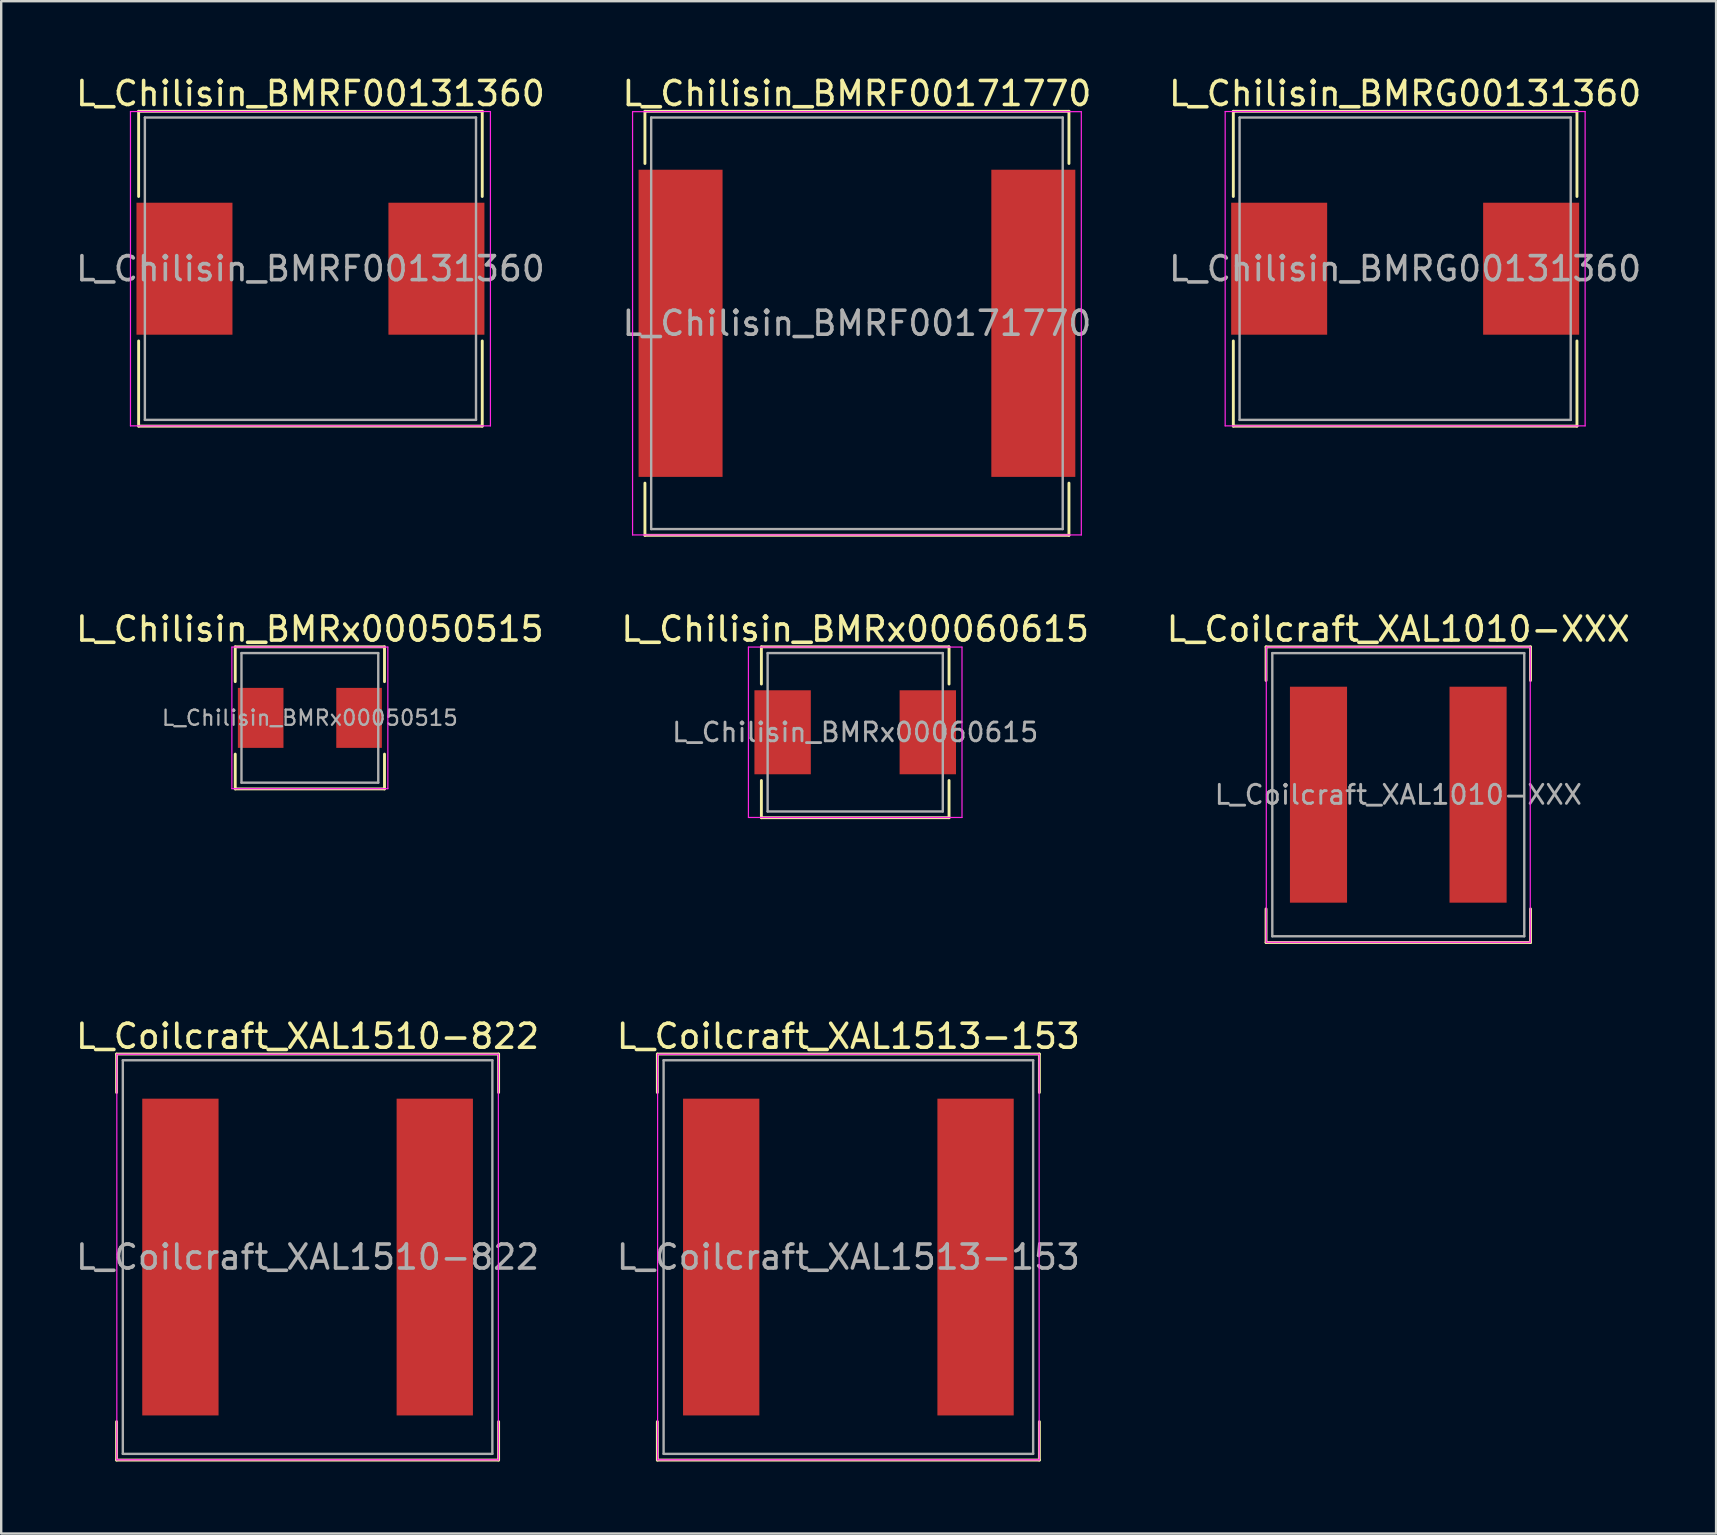
<source format=kicad_pcb>
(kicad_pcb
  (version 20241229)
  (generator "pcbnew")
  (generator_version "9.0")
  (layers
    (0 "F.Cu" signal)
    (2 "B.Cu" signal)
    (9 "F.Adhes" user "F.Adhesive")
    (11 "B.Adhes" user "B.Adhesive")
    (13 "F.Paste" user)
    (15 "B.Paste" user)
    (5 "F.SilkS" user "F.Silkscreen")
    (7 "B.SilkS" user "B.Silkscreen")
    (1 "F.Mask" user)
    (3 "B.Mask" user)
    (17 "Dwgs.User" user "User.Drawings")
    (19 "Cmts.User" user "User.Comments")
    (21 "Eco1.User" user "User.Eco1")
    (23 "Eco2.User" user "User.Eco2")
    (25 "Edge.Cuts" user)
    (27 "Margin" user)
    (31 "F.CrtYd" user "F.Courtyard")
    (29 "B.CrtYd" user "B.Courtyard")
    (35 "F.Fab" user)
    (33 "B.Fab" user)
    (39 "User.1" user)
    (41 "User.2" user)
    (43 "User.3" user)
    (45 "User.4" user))
  (footprint "L_Chilisin_BMRx00050515"
    (layer "F.Cu")
    (at 9.863 26.866)
    (property "Reference" "L_Chilisin_BMRx00050515" (at 0 -3.7 0) (layer "F.SilkS") (effects (font (size 1 1) (thickness 0.15))))
    (attr smd)
    (fp_line (start -3.11 -2.96) (end -3.11 -1.51) (stroke (width 0.12) (type solid)) (layer "F.SilkS"))
    (fp_line (start -3.11 -2.96) (end 3.11 -2.96) (stroke (width 0.12) (type solid)) (layer "F.SilkS"))
    (fp_line (start -3.11 2.96) (end -3.11 1.51) (stroke (width 0.12) (type solid)) (layer "F.SilkS"))
    (fp_line (start -3.11 2.96) (end 3.11 2.96) (stroke (width 0.12) (type solid)) (layer "F.SilkS"))
    (fp_line (start 3.11 -2.96) (end 3.11 -1.51) (stroke (width 0.12) (type solid)) (layer "F.SilkS"))
    (fp_line (start 3.11 2.96) (end 3.11 1.51) (stroke (width 0.12) (type solid)) (layer "F.SilkS"))
    (fp_line (start -3.25 -2.95) (end -3.25 2.95) (stroke (width 0.05) (type solid)) (layer "F.CrtYd"))
    (fp_line (start -3.25 2.95) (end 3.25 2.95) (stroke (width 0.05) (type solid)) (layer "F.CrtYd"))
    (fp_line (start 3.25 -2.95) (end -3.25 -2.95) (stroke (width 0.05) (type solid)) (layer "F.CrtYd"))
    (fp_line (start 3.25 2.95) (end 3.25 -2.95) (stroke (width 0.05) (type solid)) (layer "F.CrtYd"))
    (fp_line (start -2.85 -2.7) (end -2.85 2.7) (stroke (width 0.1) (type solid)) (layer "F.Fab"))
    (fp_line (start -2.85 2.7) (end 2.85 2.7) (stroke (width 0.1) (type solid)) (layer "F.Fab"))
    (fp_line (start 2.85 -2.7) (end -2.85 -2.7) (stroke (width 0.1) (type solid)) (layer "F.Fab"))
    (fp_line (start 2.85 2.7) (end 2.85 -2.7) (stroke (width 0.1) (type solid)) (layer "F.Fab"))
    (fp_text user "${REFERENCE}" (at 0 0 0) (layer "F.Fab") (effects (font (size 0.633 0.633) (thickness 0.095))))
    (pad "1" smd rect (at -2.05 0) (size 1.9 2.5) (layers "F.Cu" "F.Mask" "F.Paste"))
    (pad "2" smd rect (at 2.05 0) (size 1.9 2.5) (layers "F.Cu" "F.Mask" "F.Paste")))
  (footprint "L_Chilisin_BMRF00171770"
    (layer "F.Cu")
    (at 32.661 10.423)
    (property "Reference" "L_Chilisin_BMRF00171770" (at 0 -9.575 0) (layer "F.SilkS") (effects (font (size 1 1) (thickness 0.15))))
    (attr smd)
    (fp_line (start -8.835 -8.835) (end -8.835 -6.66) (stroke (width 0.12) (type solid)) (layer "F.SilkS"))
    (fp_line (start -8.835 -8.835) (end 8.835 -8.835) (stroke (width 0.12) (type solid)) (layer "F.SilkS"))
    (fp_line (start -8.835 8.835) (end -8.835 6.66) (stroke (width 0.12) (type solid)) (layer "F.SilkS"))
    (fp_line (start -8.835 8.835) (end 8.835 8.835) (stroke (width 0.12) (type solid)) (layer "F.SilkS"))
    (fp_line (start 8.835 -8.835) (end 8.835 -6.66) (stroke (width 0.12) (type solid)) (layer "F.SilkS"))
    (fp_line (start 8.835 8.835) (end 8.835 6.66) (stroke (width 0.12) (type solid)) (layer "F.SilkS"))
    (fp_line (start -9.35 -8.82) (end -9.35 8.82) (stroke (width 0.05) (type solid)) (layer "F.CrtYd"))
    (fp_line (start -9.35 8.82) (end 9.35 8.82) (stroke (width 0.05) (type solid)) (layer "F.CrtYd"))
    (fp_line (start 9.35 -8.82) (end -9.35 -8.82) (stroke (width 0.05) (type solid)) (layer "F.CrtYd"))
    (fp_line (start 9.35 8.82) (end 9.35 -8.82) (stroke (width 0.05) (type solid)) (layer "F.CrtYd"))
    (fp_line (start -8.575 -8.575) (end -8.575 8.575) (stroke (width 0.1) (type solid)) (layer "F.Fab"))
    (fp_line (start -8.575 8.575) (end 8.575 8.575) (stroke (width 0.1) (type solid)) (layer "F.Fab"))
    (fp_line (start 8.575 -8.575) (end -8.575 -8.575) (stroke (width 0.1) (type solid)) (layer "F.Fab"))
    (fp_line (start 8.575 8.575) (end 8.575 -8.575) (stroke (width 0.1) (type solid)) (layer "F.Fab"))
    (fp_text user "${REFERENCE}" (at 0 0 0) (layer "F.Fab") (effects (font (size 1 1) (thickness 0.15))))
    (pad "1" smd rect (at -7.35 0) (size 3.5 12.8) (layers "F.Cu" "F.Mask" "F.Paste"))
    (pad "2" smd rect (at 7.35 0) (size 3.5 12.8) (layers "F.Cu" "F.Mask" "F.Paste")))
  (footprint "L_Chilisin_BMRG00131360"
    (layer "F.Cu")
    (at 55.506 8.148)
    (property "Reference" "L_Chilisin_BMRG00131360" (at 0 -7.3 0) (layer "F.SilkS") (effects (font (size 1 1) (thickness 0.15))))
    (attr smd)
    (fp_line (start -7.16 -6.56) (end -7.16 -3.01) (stroke (width 0.12) (type solid)) (layer "F.SilkS"))
    (fp_line (start -7.16 -6.56) (end 7.16 -6.56) (stroke (width 0.12) (type solid)) (layer "F.SilkS"))
    (fp_line (start -7.16 6.56) (end -7.16 3.01) (stroke (width 0.12) (type solid)) (layer "F.SilkS"))
    (fp_line (start -7.16 6.56) (end 7.16 6.56) (stroke (width 0.12) (type solid)) (layer "F.SilkS"))
    (fp_line (start 7.16 -6.56) (end 7.16 -3.01) (stroke (width 0.12) (type solid)) (layer "F.SilkS"))
    (fp_line (start 7.16 6.56) (end 7.16 3.01) (stroke (width 0.12) (type solid)) (layer "F.SilkS"))
    (fp_line (start -7.5 -6.55) (end -7.5 6.55) (stroke (width 0.05) (type solid)) (layer "F.CrtYd"))
    (fp_line (start -7.5 6.55) (end 7.5 6.55) (stroke (width 0.05) (type solid)) (layer "F.CrtYd"))
    (fp_line (start 7.5 -6.55) (end -7.5 -6.55) (stroke (width 0.05) (type solid)) (layer "F.CrtYd"))
    (fp_line (start 7.5 6.55) (end 7.5 -6.55) (stroke (width 0.05) (type solid)) (layer "F.CrtYd"))
    (fp_line (start -6.9 -6.3) (end -6.9 6.3) (stroke (width 0.1) (type solid)) (layer "F.Fab"))
    (fp_line (start -6.9 6.3) (end 6.9 6.3) (stroke (width 0.1) (type solid)) (layer "F.Fab"))
    (fp_line (start 6.9 -6.3) (end -6.9 -6.3) (stroke (width 0.1) (type solid)) (layer "F.Fab"))
    (fp_line (start 6.9 6.3) (end 6.9 -6.3) (stroke (width 0.1) (type solid)) (layer "F.Fab"))
    (fp_text user "${REFERENCE}" (at 0 0 0) (layer "F.Fab") (effects (font (size 1 1) (thickness 0.15))))
    (pad "1" smd rect (at -5.25 0) (size 4 5.5) (layers "F.Cu" "F.Mask" "F.Paste"))
    (pad "2" smd rect (at 5.25 0) (size 4 5.5) (layers "F.Cu" "F.Mask" "F.Paste")))
  (footprint "L_Coilcraft_XAL1513-153"
    (layer "F.Cu")
    (at 32.304 49.335)
    (property "Reference" "L_Coilcraft_XAL1513-153" (at 0 -9.2 0) (layer "F.SilkS") (effects (font (size 1 1) (thickness 0.15))))
    (attr smd)
    (fp_line (start -7.96 -8.46) (end -7.96 -6.86) (stroke (width 0.12) (type solid)) (layer "F.SilkS"))
    (fp_line (start -7.96 -8.46) (end 7.96 -8.46) (stroke (width 0.12) (type solid)) (layer "F.SilkS"))
    (fp_line (start -7.96 8.46) (end -7.96 6.86) (stroke (width 0.12) (type solid)) (layer "F.SilkS"))
    (fp_line (start -7.96 8.46) (end 7.96 8.46) (stroke (width 0.12) (type solid)) (layer "F.SilkS"))
    (fp_line (start 7.96 -8.46) (end 7.96 -6.86) (stroke (width 0.12) (type solid)) (layer "F.SilkS"))
    (fp_line (start 7.96 8.46) (end 7.96 6.86) (stroke (width 0.12) (type solid)) (layer "F.SilkS"))
    (fp_line (start -7.95 -8.45) (end -7.95 8.45) (stroke (width 0.05) (type solid)) (layer "F.CrtYd"))
    (fp_line (start -7.95 8.45) (end 7.95 8.45) (stroke (width 0.05) (type solid)) (layer "F.CrtYd"))
    (fp_line (start 7.95 -8.45) (end -7.95 -8.45) (stroke (width 0.05) (type solid)) (layer "F.CrtYd"))
    (fp_line (start 7.95 8.45) (end 7.95 -8.45) (stroke (width 0.05) (type solid)) (layer "F.CrtYd"))
    (fp_line (start -7.7 -8.2) (end -7.7 8.2) (stroke (width 0.1) (type solid)) (layer "F.Fab"))
    (fp_line (start -7.7 8.2) (end 7.7 8.2) (stroke (width 0.1) (type solid)) (layer "F.Fab"))
    (fp_line (start 7.7 -8.2) (end -7.7 -8.2) (stroke (width 0.1) (type solid)) (layer "F.Fab"))
    (fp_line (start 7.7 8.2) (end 7.7 -8.2) (stroke (width 0.1) (type solid)) (layer "F.Fab"))
    (fp_text user "${REFERENCE}" (at 0 0 0) (layer "F.Fab") (effects (font (size 1 1) (thickness 0.15))))
    (pad "1" smd rect (at -5.3 0) (size 3.18 13.2) (layers "F.Cu" "F.Mask" "F.Paste"))
    (pad "2" smd rect (at 5.3 0) (size 3.18 13.2) (layers "F.Cu" "F.Mask" "F.Paste")))
  (footprint "L_Chilisin_BMRF00131360"
    (layer "F.Cu")
    (at 9.887 8.148)
    (property "Reference" "L_Chilisin_BMRF00131360" (at 0 -7.3 0) (layer "F.SilkS") (effects (font (size 1 1) (thickness 0.15))))
    (attr smd)
    (fp_line (start -7.16 -6.56) (end -7.16 -3.01) (stroke (width 0.12) (type solid)) (layer "F.SilkS"))
    (fp_line (start -7.16 -6.56) (end 7.16 -6.56) (stroke (width 0.12) (type solid)) (layer "F.SilkS"))
    (fp_line (start -7.16 6.56) (end -7.16 3.01) (stroke (width 0.12) (type solid)) (layer "F.SilkS"))
    (fp_line (start -7.16 6.56) (end 7.16 6.56) (stroke (width 0.12) (type solid)) (layer "F.SilkS"))
    (fp_line (start 7.16 -6.56) (end 7.16 -3.01) (stroke (width 0.12) (type solid)) (layer "F.SilkS"))
    (fp_line (start 7.16 6.56) (end 7.16 3.01) (stroke (width 0.12) (type solid)) (layer "F.SilkS"))
    (fp_line (start -7.5 -6.55) (end -7.5 6.55) (stroke (width 0.05) (type solid)) (layer "F.CrtYd"))
    (fp_line (start -7.5 6.55) (end 7.5 6.55) (stroke (width 0.05) (type solid)) (layer "F.CrtYd"))
    (fp_line (start 7.5 -6.55) (end -7.5 -6.55) (stroke (width 0.05) (type solid)) (layer "F.CrtYd"))
    (fp_line (start 7.5 6.55) (end 7.5 -6.55) (stroke (width 0.05) (type solid)) (layer "F.CrtYd"))
    (fp_line (start -6.9 -6.3) (end -6.9 6.3) (stroke (width 0.1) (type solid)) (layer "F.Fab"))
    (fp_line (start -6.9 6.3) (end 6.9 6.3) (stroke (width 0.1) (type solid)) (layer "F.Fab"))
    (fp_line (start 6.9 -6.3) (end -6.9 -6.3) (stroke (width 0.1) (type solid)) (layer "F.Fab"))
    (fp_line (start 6.9 6.3) (end 6.9 -6.3) (stroke (width 0.1) (type solid)) (layer "F.Fab"))
    (fp_text user "${REFERENCE}" (at 0 0 0) (layer "F.Fab") (effects (font (size 1 1) (thickness 0.15))))
    (pad "1" smd rect (at -5.25 0) (size 4 5.5) (layers "F.Cu" "F.Mask" "F.Paste"))
    (pad "2" smd rect (at 5.25 0) (size 4 5.5) (layers "F.Cu" "F.Mask" "F.Paste")))
  (footprint "L_Coilcraft_XAL1510-822"
    (layer "F.Cu")
    (at 9.768 49.335)
    (property "Reference" "L_Coilcraft_XAL1510-822" (at 0 -9.2 0) (layer "F.SilkS") (effects (font (size 1 1) (thickness 0.15))))
    (attr smd)
    (fp_line (start -7.96 -8.46) (end -7.96 -6.86) (stroke (width 0.12) (type solid)) (layer "F.SilkS"))
    (fp_line (start -7.96 -8.46) (end 7.96 -8.46) (stroke (width 0.12) (type solid)) (layer "F.SilkS"))
    (fp_line (start -7.96 8.46) (end -7.96 6.86) (stroke (width 0.12) (type solid)) (layer "F.SilkS"))
    (fp_line (start -7.96 8.46) (end 7.96 8.46) (stroke (width 0.12) (type solid)) (layer "F.SilkS"))
    (fp_line (start 7.96 -8.46) (end 7.96 -6.86) (stroke (width 0.12) (type solid)) (layer "F.SilkS"))
    (fp_line (start 7.96 8.46) (end 7.96 6.86) (stroke (width 0.12) (type solid)) (layer "F.SilkS"))
    (fp_line (start -7.95 -8.45) (end -7.95 8.45) (stroke (width 0.05) (type solid)) (layer "F.CrtYd"))
    (fp_line (start -7.95 8.45) (end 7.95 8.45) (stroke (width 0.05) (type solid)) (layer "F.CrtYd"))
    (fp_line (start 7.95 -8.45) (end -7.95 -8.45) (stroke (width 0.05) (type solid)) (layer "F.CrtYd"))
    (fp_line (start 7.95 8.45) (end 7.95 -8.45) (stroke (width 0.05) (type solid)) (layer "F.CrtYd"))
    (fp_line (start -7.7 -8.2) (end -7.7 8.2) (stroke (width 0.1) (type solid)) (layer "F.Fab"))
    (fp_line (start -7.7 8.2) (end 7.7 8.2) (stroke (width 0.1) (type solid)) (layer "F.Fab"))
    (fp_line (start 7.7 -8.2) (end -7.7 -8.2) (stroke (width 0.1) (type solid)) (layer "F.Fab"))
    (fp_line (start 7.7 8.2) (end 7.7 -8.2) (stroke (width 0.1) (type solid)) (layer "F.Fab"))
    (fp_text user "${REFERENCE}" (at 0 0 0) (layer "F.Fab") (effects (font (size 1 1) (thickness 0.15))))
    (pad "1" smd rect (at -5.3 0) (size 3.18 13.2) (layers "F.Cu" "F.Mask" "F.Paste"))
    (pad "2" smd rect (at 5.3 0) (size 3.18 13.2) (layers "F.Cu" "F.Mask" "F.Paste")))
  (footprint "L_Chilisin_BMRx00060615"
    (layer "F.Cu")
    (at 32.589 27.466)
    (property "Reference" "L_Chilisin_BMRx00060615" (at 0 -4.3 0) (layer "F.SilkS") (effects (font (size 1 1) (thickness 0.15))))
    (attr smd)
    (fp_line (start -3.91 -3.56) (end -3.91 -2.01) (stroke (width 0.12) (type solid)) (layer "F.SilkS"))
    (fp_line (start -3.91 -3.56) (end 3.91 -3.56) (stroke (width 0.12) (type solid)) (layer "F.SilkS"))
    (fp_line (start -3.91 3.56) (end -3.91 2.01) (stroke (width 0.12) (type solid)) (layer "F.SilkS"))
    (fp_line (start -3.91 3.56) (end 3.91 3.56) (stroke (width 0.12) (type solid)) (layer "F.SilkS"))
    (fp_line (start 3.91 -3.56) (end 3.91 -2.01) (stroke (width 0.12) (type solid)) (layer "F.SilkS"))
    (fp_line (start 3.91 3.56) (end 3.91 2.01) (stroke (width 0.12) (type solid)) (layer "F.SilkS"))
    (fp_line (start -4.45 -3.55) (end -4.45 3.55) (stroke (width 0.05) (type solid)) (layer "F.CrtYd"))
    (fp_line (start -4.45 3.55) (end 4.45 3.55) (stroke (width 0.05) (type solid)) (layer "F.CrtYd"))
    (fp_line (start 4.45 -3.55) (end -4.45 -3.55) (stroke (width 0.05) (type solid)) (layer "F.CrtYd"))
    (fp_line (start 4.45 3.55) (end 4.45 -3.55) (stroke (width 0.05) (type solid)) (layer "F.CrtYd"))
    (fp_line (start -3.65 -3.3) (end -3.65 3.3) (stroke (width 0.1) (type solid)) (layer "F.Fab"))
    (fp_line (start -3.65 3.3) (end 3.65 3.3) (stroke (width 0.1) (type solid)) (layer "F.Fab"))
    (fp_line (start 3.65 -3.3) (end -3.65 -3.3) (stroke (width 0.1) (type solid)) (layer "F.Fab"))
    (fp_line (start 3.65 3.3) (end 3.65 -3.3) (stroke (width 0.1) (type solid)) (layer "F.Fab"))
    (fp_text user "${REFERENCE}" (at 0 0 0) (layer "F.Fab") (effects (font (size 0.783 0.783) (thickness 0.117))))
    (pad "1" smd rect (at -3.025 0) (size 2.35 3.5) (layers "F.Cu" "F.Mask" "F.Paste"))
    (pad "2" smd rect (at 3.025 0) (size 2.35 3.5) (layers "F.Cu" "F.Mask" "F.Paste")))
  (footprint "L_Coilcraft_XAL1010-XXX"
    (layer "F.Cu")
    (at 55.22 30.067)
    (property "Reference" "L_Coilcraft_XAL1010-XXX" (at 0 -6.9 0) (layer "F.SilkS") (effects (font (size 1 1) (thickness 0.15))))
    (attr smd)
    (fp_line (start -5.51 -6.16) (end -5.51 -4.76) (stroke (width 0.12) (type solid)) (layer "F.SilkS"))
    (fp_line (start -5.51 -6.16) (end 5.51 -6.16) (stroke (width 0.12) (type solid)) (layer "F.SilkS"))
    (fp_line (start -5.51 6.16) (end -5.51 4.76) (stroke (width 0.12) (type solid)) (layer "F.SilkS"))
    (fp_line (start -5.51 6.16) (end 5.51 6.16) (stroke (width 0.12) (type solid)) (layer "F.SilkS"))
    (fp_line (start 5.51 -6.16) (end 5.51 -4.76) (stroke (width 0.12) (type solid)) (layer "F.SilkS"))
    (fp_line (start 5.51 6.16) (end 5.51 4.76) (stroke (width 0.12) (type solid)) (layer "F.SilkS"))
    (fp_line (start -5.5 -6.15) (end -5.5 6.15) (stroke (width 0.05) (type solid)) (layer "F.CrtYd"))
    (fp_line (start -5.5 6.15) (end 5.5 6.15) (stroke (width 0.05) (type solid)) (layer "F.CrtYd"))
    (fp_line (start 5.5 -6.15) (end -5.5 -6.15) (stroke (width 0.05) (type solid)) (layer "F.CrtYd"))
    (fp_line (start 5.5 6.15) (end 5.5 -6.15) (stroke (width 0.05) (type solid)) (layer "F.CrtYd"))
    (fp_line (start -5.25 -5.9) (end -5.25 5.9) (stroke (width 0.1) (type solid)) (layer "F.Fab"))
    (fp_line (start -5.25 5.9) (end 5.25 5.9) (stroke (width 0.1) (type solid)) (layer "F.Fab"))
    (fp_line (start 5.25 -5.9) (end -5.25 -5.9) (stroke (width 0.1) (type solid)) (layer "F.Fab"))
    (fp_line (start 5.25 5.9) (end 5.25 -5.9) (stroke (width 0.1) (type solid)) (layer "F.Fab"))
    (fp_text user "${REFERENCE}" (at 0 0 0) (layer "F.Fab") (effects (font (size 0.793 0.793) (thickness 0.119))))
    (pad "1" smd rect (at -3.325 0) (size 2.38 9) (layers "F.Cu" "F.Mask" "F.Paste"))
    (pad "2" smd rect (at 3.325 0) (size 2.38 9) (layers "F.Cu" "F.Mask" "F.Paste")))
  (gr_rect
    (start -3 -3)
    (end 68.464 60.855)
    (stroke (width 0.1) (type default))
    (fill no)
    (layer "Edge.Cuts")))
</source>
